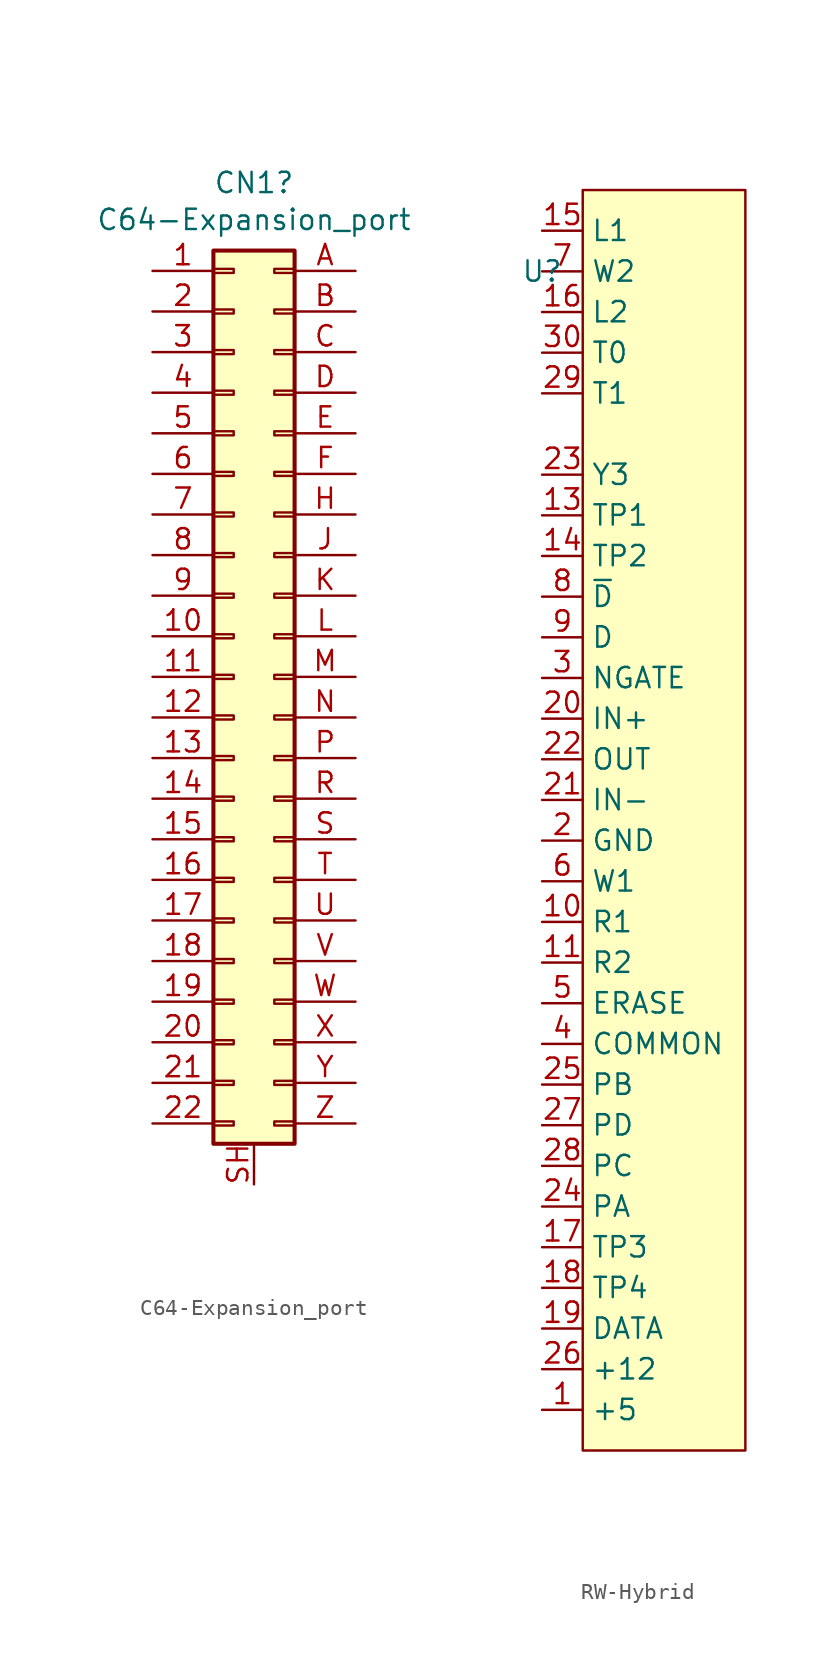
<source format=kicad_sym>
(kicad_symbol_lib
  (version 20220914)
  (generator kicad_symbol_editor)
  (symbol "C64-Expansion_port"
    (pin_names
      (offset 1.016) hide)
    (property "Reference" "CN1"
      (at 1.27 30.912 0)
      (effects (font (size 1.27 1.27))))
    (property "Value" "C64-Expansion_port"
      (at 1.27 28.6 0)
      (effects (font (size 1.27 1.27))))
    (symbol "C64-Expansion_port_1_1"
      (rectangle (start -1.27 -27.813) (end 0 -28.067) (stroke (width 0.152) (type default)) (fill (type none)))
      (rectangle (start -1.27 -25.273) (end 0 -25.527) (stroke (width 0.152) (type default)) (fill (type none)))
      (rectangle (start -1.27 -22.733) (end 0 -22.987) (stroke (width 0.152) (type default)) (fill (type none)))
      (rectangle (start -1.27 -20.193) (end 0 -20.447) (stroke (width 0.152) (type default)) (fill (type none)))
      (rectangle (start -1.27 -17.653) (end 0 -17.907) (stroke (width 0.152) (type default)) (fill (type none)))
      (rectangle (start -1.27 -15.113) (end 0 -15.367) (stroke (width 0.152) (type default)) (fill (type none)))
      (rectangle (start -1.27 -12.573) (end 0 -12.827) (stroke (width 0.152) (type default)) (fill (type none)))
      (rectangle (start -1.27 -10.033) (end 0 -10.287) (stroke (width 0.152) (type default)) (fill (type none)))
      (rectangle (start -1.27 -7.493) (end 0 -7.747) (stroke (width 0.152) (type default)) (fill (type none)))
      (rectangle (start -1.27 -4.953) (end 0 -5.207) (stroke (width 0.152) (type default)) (fill (type none)))
      (rectangle (start -1.27 -2.413) (end 0 -2.667) (stroke (width 0.152) (type default)) (fill (type none)))
      (rectangle (start -1.27 0.127) (end 0 -0.127) (stroke (width 0.152) (type default)) (fill (type none)))
      (rectangle (start -1.27 2.667) (end 0 2.413) (stroke (width 0.152) (type default)) (fill (type none)))
      (rectangle (start -1.27 5.207) (end 0 4.953) (stroke (width 0.152) (type default)) (fill (type none)))
      (rectangle (start -1.27 7.747) (end 0 7.493) (stroke (width 0.152) (type default)) (fill (type none)))
      (rectangle (start -1.27 10.287) (end 0 10.033) (stroke (width 0.152) (type default)) (fill (type none)))
      (rectangle (start -1.27 12.827) (end 0 12.573) (stroke (width 0.152) (type default)) (fill (type none)))
      (rectangle (start -1.27 15.367) (end 0 15.113) (stroke (width 0.152) (type default)) (fill (type none)))
      (rectangle (start -1.27 17.907) (end 0 17.653) (stroke (width 0.152) (type default)) (fill (type none)))
      (rectangle (start -1.27 20.447) (end 0 20.193) (stroke (width 0.152) (type default)) (fill (type none)))
      (rectangle (start -1.27 22.987) (end 0 22.733) (stroke (width 0.152) (type default)) (fill (type none)))
      (rectangle (start -1.27 25.527) (end 0 25.273) (stroke (width 0.152) (type default)) (fill (type none)))
      (rectangle (start -1.27 26.67) (end 3.81 -29.21) (stroke (width 0.254) (type default)) (fill (type background)))
      (rectangle (start 3.81 -27.813) (end 2.54 -28.067) (stroke (width 0.152) (type default)) (fill (type none)))
      (rectangle (start 3.81 -25.273) (end 2.54 -25.527) (stroke (width 0.152) (type default)) (fill (type none)))
      (rectangle (start 3.81 -22.733) (end 2.54 -22.987) (stroke (width 0.152) (type default)) (fill (type none)))
      (rectangle (start 3.81 -20.193) (end 2.54 -20.447) (stroke (width 0.152) (type default)) (fill (type none)))
      (rectangle (start 3.81 -17.653) (end 2.54 -17.907) (stroke (width 0.152) (type default)) (fill (type none)))
      (rectangle (start 3.81 -15.113) (end 2.54 -15.367) (stroke (width 0.152) (type default)) (fill (type none)))
      (rectangle (start 3.81 -12.573) (end 2.54 -12.827) (stroke (width 0.152) (type default)) (fill (type none)))
      (rectangle (start 3.81 -10.033) (end 2.54 -10.287) (stroke (width 0.152) (type default)) (fill (type none)))
      (rectangle (start 3.81 -7.493) (end 2.54 -7.747) (stroke (width 0.152) (type default)) (fill (type none)))
      (rectangle (start 3.81 -4.953) (end 2.54 -5.207) (stroke (width 0.152) (type default)) (fill (type none)))
      (rectangle (start 3.81 -2.413) (end 2.54 -2.667) (stroke (width 0.152) (type default)) (fill (type none)))
      (rectangle (start 3.81 0.127) (end 2.54 -0.127) (stroke (width 0.152) (type default)) (fill (type none)))
      (rectangle (start 3.81 2.667) (end 2.54 2.413) (stroke (width 0.152) (type default)) (fill (type none)))
      (rectangle (start 3.81 5.207) (end 2.54 4.953) (stroke (width 0.152) (type default)) (fill (type none)))
      (rectangle (start 3.81 7.747) (end 2.54 7.493) (stroke (width 0.152) (type default)) (fill (type none)))
      (rectangle (start 3.81 10.287) (end 2.54 10.033) (stroke (width 0.152) (type default)) (fill (type none)))
      (rectangle (start 3.81 12.827) (end 2.54 12.573) (stroke (width 0.152) (type default)) (fill (type none)))
      (rectangle (start 3.81 15.367) (end 2.54 15.113) (stroke (width 0.152) (type default)) (fill (type none)))
      (rectangle (start 3.81 17.907) (end 2.54 17.653) (stroke (width 0.152) (type default)) (fill (type none)))
      (rectangle (start 3.81 20.447) (end 2.54 20.193) (stroke (width 0.152) (type default)) (fill (type none)))
      (rectangle (start 3.81 22.987) (end 2.54 22.733) (stroke (width 0.152) (type default)) (fill (type none)))
      (rectangle (start 3.81 25.527) (end 2.54 25.273) (stroke (width 0.152) (type default)) (fill (type none)))
      (pin passive line (at -5.08 25.4 0) (length 3.81) (name "Pin_1" (effects (font (size 1.27 1.27)))) (number "1" (effects (font (size 1.27 1.27)))))
      (pin passive line (at -5.08 2.54 0) (length 3.81) (name "Pin_10" (effects (font (size 1.27 1.27)))) (number "10" (effects (font (size 1.27 1.27)))))
      (pin passive line (at -5.08 0 0) (length 3.81) (name "Pin_11" (effects (font (size 1.27 1.27)))) (number "11" (effects (font (size 1.27 1.27)))))
      (pin passive line (at -5.08 -2.54 0) (length 3.81) (name "Pin_12" (effects (font (size 1.27 1.27)))) (number "12" (effects (font (size 1.27 1.27)))))
      (pin passive line (at -5.08 -5.08 0) (length 3.81) (name "Pin_13" (effects (font (size 1.27 1.27)))) (number "13" (effects (font (size 1.27 1.27)))))
      (pin passive line (at -5.08 -7.62 0) (length 3.81) (name "Pin_14" (effects (font (size 1.27 1.27)))) (number "14" (effects (font (size 1.27 1.27)))))
      (pin passive line (at -5.08 -10.16 0) (length 3.81) (name "Pin_15" (effects (font (size 1.27 1.27)))) (number "15" (effects (font (size 1.27 1.27)))))
      (pin passive line (at -5.08 -12.7 0) (length 3.81) (name "Pin_16" (effects (font (size 1.27 1.27)))) (number "16" (effects (font (size 1.27 1.27)))))
      (pin passive line (at -5.08 -15.24 0) (length 3.81) (name "Pin_17" (effects (font (size 1.27 1.27)))) (number "17" (effects (font (size 1.27 1.27)))))
      (pin passive line (at -5.08 -17.78 0) (length 3.81) (name "Pin_18" (effects (font (size 1.27 1.27)))) (number "18" (effects (font (size 1.27 1.27)))))
      (pin passive line (at -5.08 -20.32 0) (length 3.81) (name "Pin_19" (effects (font (size 1.27 1.27)))) (number "19" (effects (font (size 1.27 1.27)))))
      (pin passive line (at -5.08 22.86 0) (length 3.81) (name "Pin_2" (effects (font (size 1.27 1.27)))) (number "2" (effects (font (size 1.27 1.27)))))
      (pin passive line (at -5.08 -22.86 0) (length 3.81) (name "Pin_20" (effects (font (size 1.27 1.27)))) (number "20" (effects (font (size 1.27 1.27)))))
      (pin passive line (at -5.08 -25.4 0) (length 3.81) (name "Pin_21" (effects (font (size 1.27 1.27)))) (number "21" (effects (font (size 1.27 1.27)))))
      (pin passive line (at -5.08 -27.94 0) (length 3.81) (name "Pin_22" (effects (font (size 1.27 1.27)))) (number "22" (effects (font (size 1.27 1.27)))))
      (pin passive line (at -5.08 20.32 0) (length 3.81) (name "Pin_3" (effects (font (size 1.27 1.27)))) (number "3" (effects (font (size 1.27 1.27)))))
      (pin passive line (at -5.08 17.78 0) (length 3.81) (name "Pin_4" (effects (font (size 1.27 1.27)))) (number "4" (effects (font (size 1.27 1.27)))))
      (pin passive line (at -5.08 15.24 0) (length 3.81) (name "Pin_5" (effects (font (size 1.27 1.27)))) (number "5" (effects (font (size 1.27 1.27)))))
      (pin passive line (at -5.08 12.7 0) (length 3.81) (name "Pin_6" (effects (font (size 1.27 1.27)))) (number "6" (effects (font (size 1.27 1.27)))))
      (pin passive line (at -5.08 10.16 0) (length 3.81) (name "Pin_7" (effects (font (size 1.27 1.27)))) (number "7" (effects (font (size 1.27 1.27)))))
      (pin passive line (at -5.08 7.62 0) (length 3.81) (name "Pin_8" (effects (font (size 1.27 1.27)))) (number "8" (effects (font (size 1.27 1.27)))))
      (pin passive line (at -5.08 5.08 0) (length 3.81) (name "Pin_9" (effects (font (size 1.27 1.27)))) (number "9" (effects (font (size 1.27 1.27)))))
      (pin passive line (at 7.62 25.4 180) (length 3.81) (name "Pin_A" (effects (font (size 1.27 1.27)))) (number "A" (effects (font (size 1.27 1.27)))))
      (pin passive line (at 7.62 22.86 180) (length 3.81) (name "Pin_B" (effects (font (size 1.27 1.27)))) (number "B" (effects (font (size 1.27 1.27)))))
      (pin passive line (at 7.62 20.32 180) (length 3.81) (name "Pin_C" (effects (font (size 1.27 1.27)))) (number "C" (effects (font (size 1.27 1.27)))))
      (pin passive line (at 7.62 17.78 180) (length 3.81) (name "Pin_D" (effects (font (size 1.27 1.27)))) (number "D" (effects (font (size 1.27 1.27)))))
      (pin passive line (at 7.62 15.24 180) (length 3.81) (name "Pin_E" (effects (font (size 1.27 1.27)))) (number "E" (effects (font (size 1.27 1.27)))))
      (pin passive line (at 7.62 12.7 180) (length 3.81) (name "Pin_F" (effects (font (size 1.27 1.27)))) (number "F" (effects (font (size 1.27 1.27)))))
      (pin passive line (at 7.62 10.16 180) (length 3.81) (name "Pin_H" (effects (font (size 1.27 1.27)))) (number "H" (effects (font (size 1.27 1.27)))))
      (pin passive line (at 7.62 7.62 180) (length 3.81) (name "Pin_J" (effects (font (size 1.27 1.27)))) (number "J" (effects (font (size 1.27 1.27)))))
      (pin passive line (at 7.62 5.08 180) (length 3.81) (name "Pin_K" (effects (font (size 1.27 1.27)))) (number "K" (effects (font (size 1.27 1.27)))))
      (pin passive line (at 7.62 2.54 180) (length 3.81) (name "Pin_L" (effects (font (size 1.27 1.27)))) (number "L" (effects (font (size 1.27 1.27)))))
      (pin passive line (at 7.62 0 180) (length 3.81) (name "Pin_M" (effects (font (size 1.27 1.27)))) (number "M" (effects (font (size 1.27 1.27)))))
      (pin passive line (at 7.62 -2.54 180) (length 3.81) (name "Pin_N" (effects (font (size 1.27 1.27)))) (number "N" (effects (font (size 1.27 1.27)))))
      (pin passive line (at 7.62 -5.08 180) (length 3.81) (name "Pin_P" (effects (font (size 1.27 1.27)))) (number "P" (effects (font (size 1.27 1.27)))))
      (pin passive line (at 7.62 -7.62 180) (length 3.81) (name "Pin_R" (effects (font (size 1.27 1.27)))) (number "R" (effects (font (size 1.27 1.27)))))
      (pin passive line (at 7.62 -10.16 180) (length 3.81) (name "Pin_S" (effects (font (size 1.27 1.27)))) (number "S" (effects (font (size 1.27 1.27)))))
      (pin power_in line (at 1.27 -31.75 90) (length 2.54) (name "GND" (effects (font (size 1.27 1.27)))) (number "SH" (effects (font (size 1.27 1.27)))))
      (pin passive line (at 7.62 -12.7 180) (length 3.81) (name "Pin_T" (effects (font (size 1.27 1.27)))) (number "T" (effects (font (size 1.27 1.27)))))
      (pin passive line (at 7.62 -15.24 180) (length 3.81) (name "Pin_U" (effects (font (size 1.27 1.27)))) (number "U" (effects (font (size 1.27 1.27)))))
      (pin passive line (at 7.62 -17.78 180) (length 3.81) (name "Pin_V" (effects (font (size 1.27 1.27)))) (number "V" (effects (font (size 1.27 1.27)))))
      (pin passive line (at 7.62 -20.32 180) (length 3.81) (name "Pin_W" (effects (font (size 1.27 1.27)))) (number "W" (effects (font (size 1.27 1.27)))))
      (pin passive line (at 7.62 -22.86 180) (length 3.81) (name "Pin_X" (effects (font (size 1.27 1.27)))) (number "X" (effects (font (size 1.27 1.27)))))
      (pin passive line (at 7.62 -25.4 180) (length 3.81) (name "Pin_Y" (effects (font (size 1.27 1.27)))) (number "Y" (effects (font (size 1.27 1.27)))))
      (pin passive line (at 7.62 -27.94 180) (length 3.81) (name "Pin_Z" (effects (font (size 1.27 1.27)))) (number "Z" (effects (font (size 1.27 1.27)))))))
  (symbol "RW-Hybrid"
    (property "Reference" "U"
      (at 0 0 0)
      (effects (font (size 1.27 1.27))))
    (property "Value" ""
      (at 0 0 0)
      (effects (font (size 1.27 1.27))))
    (symbol "RW-Hybrid_0_0"
      (pin unspecified line (at 0 -71.12 0) (length 2.54) (name "+5" (effects (font (size 1.27 1.27)))) (number "1" (effects (font (size 1.27 1.27)))))
      (pin unspecified line (at 0 -40.64 0) (length 2.54) (name "R1" (effects (font (size 1.27 1.27)))) (number "10" (effects (font (size 1.27 1.27)))))
      (pin unspecified line (at 0 -43.18 0) (length 2.54) (name "R2" (effects (font (size 1.27 1.27)))) (number "11" (effects (font (size 1.27 1.27)))))
      (pin unspecified line (at 0 -15.24 0) (length 2.54) (name "TP1" (effects (font (size 1.27 1.27)))) (number "13" (effects (font (size 1.27 1.27)))))
      (pin unspecified line (at 0 -17.78 0) (length 2.54) (name "TP2" (effects (font (size 1.27 1.27)))) (number "14" (effects (font (size 1.27 1.27)))))
      (pin unspecified line (at 0 2.54 0) (length 2.54) (name "L1" (effects (font (size 1.27 1.27)))) (number "15" (effects (font (size 1.27 1.27)))))
      (pin unspecified line (at 0 -2.54 0) (length 2.54) (name "L2" (effects (font (size 1.27 1.27)))) (number "16" (effects (font (size 1.27 1.27)))))
      (pin unspecified line (at 0 -60.96 0) (length 2.54) (name "TP3" (effects (font (size 1.27 1.27)))) (number "17" (effects (font (size 1.27 1.27)))))
      (pin unspecified line (at 0 -63.5 0) (length 2.54) (name "TP4" (effects (font (size 1.27 1.27)))) (number "18" (effects (font (size 1.27 1.27)))))
      (pin unspecified line (at 0 -66.04 0) (length 2.54) (name "DATA" (effects (font (size 1.27 1.27)))) (number "19" (effects (font (size 1.27 1.27)))))
      (pin unspecified line (at 0 -35.56 0) (length 2.54) (name "GND" (effects (font (size 1.27 1.27)))) (number "2" (effects (font (size 1.27 1.27)))))
      (pin unspecified line (at 0 -27.94 0) (length 2.54) (name "IN+" (effects (font (size 1.27 1.27)))) (number "20" (effects (font (size 1.27 1.27)))))
      (pin unspecified line (at 0 -33.02 0) (length 2.54) (name "IN-" (effects (font (size 1.27 1.27)))) (number "21" (effects (font (size 1.27 1.27)))))
      (pin unspecified line (at 0 -30.48 0) (length 2.54) (name "OUT" (effects (font (size 1.27 1.27)))) (number "22" (effects (font (size 1.27 1.27)))))
      (pin unspecified line (at 0 -12.7 0) (length 2.54) (name "Y3" (effects (font (size 1.27 1.27)))) (number "23" (effects (font (size 1.27 1.27)))))
      (pin unspecified line (at 0 -58.42 0) (length 2.54) (name "PA" (effects (font (size 1.27 1.27)))) (number "24" (effects (font (size 1.27 1.27)))))
      (pin unspecified line (at 0 -50.8 0) (length 2.54) (name "PB" (effects (font (size 1.27 1.27)))) (number "25" (effects (font (size 1.27 1.27)))))
      (pin unspecified line (at 0 -68.58 0) (length 2.54) (name "+12" (effects (font (size 1.27 1.27)))) (number "26" (effects (font (size 1.27 1.27)))))
      (pin unspecified line (at 0 -53.34 0) (length 2.54) (name "PD" (effects (font (size 1.27 1.27)))) (number "27" (effects (font (size 1.27 1.27)))))
      (pin unspecified line (at 0 -55.88 0) (length 2.54) (name "PC" (effects (font (size 1.27 1.27)))) (number "28" (effects (font (size 1.27 1.27)))))
      (pin unspecified line (at 0 -7.62 0) (length 2.54) (name "T1" (effects (font (size 1.27 1.27)))) (number "29" (effects (font (size 1.27 1.27)))))
      (pin unspecified line (at 0 -25.4 0) (length 2.54) (name "NGATE" (effects (font (size 1.27 1.27)))) (number "3" (effects (font (size 1.27 1.27)))))
      (pin unspecified line (at 0 -5.08 0) (length 2.54) (name "T0" (effects (font (size 1.27 1.27)))) (number "30" (effects (font (size 1.27 1.27)))))
      (pin unspecified line (at 0 -48.26 0) (length 2.54) (name "COMMON" (effects (font (size 1.27 1.27)))) (number "4" (effects (font (size 1.27 1.27)))))
      (pin unspecified line (at 0 -45.72 0) (length 2.54) (name "ERASE" (effects (font (size 1.27 1.27)))) (number "5" (effects (font (size 1.27 1.27)))))
      (pin unspecified line (at 0 -38.1 0) (length 2.54) (name "W1" (effects (font (size 1.27 1.27)))) (number "6" (effects (font (size 1.27 1.27)))))
      (pin unspecified line (at 0 0 0) (length 2.54) (name "W2" (effects (font (size 1.27 1.27)))) (number "7" (effects (font (size 1.27 1.27)))))
      (pin unspecified line (at 0 -20.32 0) (length 2.54) (name "~{D}" (effects (font (size 1.27 1.27)))) (number "8" (effects (font (size 1.27 1.27)))))
      (pin unspecified line (at 0 -22.86 0) (length 2.54) (name "D" (effects (font (size 1.27 1.27)))) (number "9" (effects (font (size 1.27 1.27))))))
    (symbol "RW-Hybrid_1_1"
      (rectangle (start 2.54 5.08) (end 12.7 -73.66) (stroke (width 0) (type default)) (fill (type background))))))
</source>
